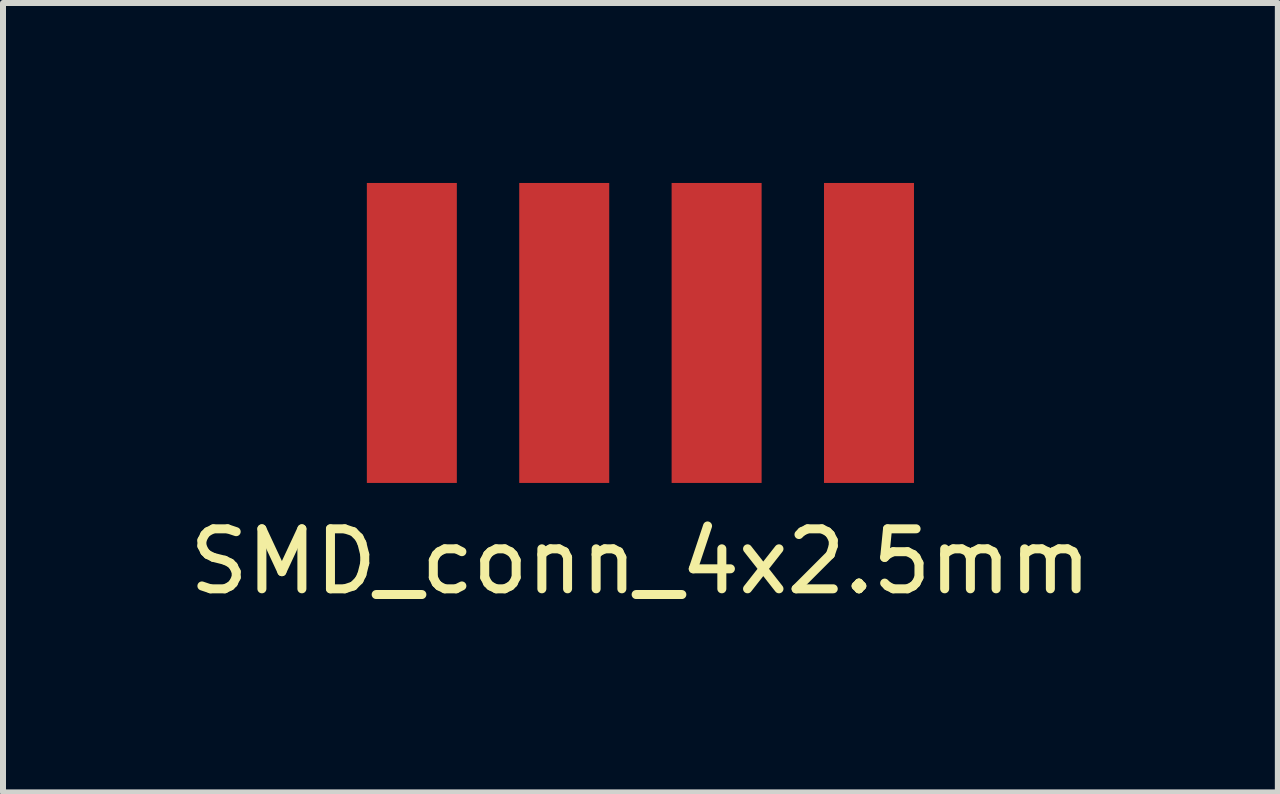
<source format=kicad_pcb>
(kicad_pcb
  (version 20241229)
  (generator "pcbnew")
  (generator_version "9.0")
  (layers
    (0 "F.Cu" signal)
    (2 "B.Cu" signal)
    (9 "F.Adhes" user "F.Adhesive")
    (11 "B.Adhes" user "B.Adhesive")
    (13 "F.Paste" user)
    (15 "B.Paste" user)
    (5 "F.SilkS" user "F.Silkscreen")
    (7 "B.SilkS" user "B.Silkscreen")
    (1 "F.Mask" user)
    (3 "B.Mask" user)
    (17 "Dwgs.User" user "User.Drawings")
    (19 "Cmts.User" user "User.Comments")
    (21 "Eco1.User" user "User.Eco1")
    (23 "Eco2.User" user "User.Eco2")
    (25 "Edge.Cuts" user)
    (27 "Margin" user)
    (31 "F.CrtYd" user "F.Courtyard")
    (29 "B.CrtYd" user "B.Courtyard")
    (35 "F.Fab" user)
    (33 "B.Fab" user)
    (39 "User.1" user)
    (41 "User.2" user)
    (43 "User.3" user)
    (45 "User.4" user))
  (footprint "SMD_conn_4x2.5mm"
    (layer "F.Cu")
    (at 7.625 2.5)
    (property "Reference" "SMD_conn_4x2.5mm" (at 0 3.81 0) (layer "F.SilkS") (effects (font (size 1 1) (thickness 0.15))))
    (attr through_hole)
    (pad "1" smd rect (at -3.81 0) (size 1.5 5) (layers "F.Cu" "F.Mask" "F.Paste"))
    (pad "2" smd rect (at -1.27 0) (size 1.5 5) (layers "F.Cu" "F.Mask" "F.Paste"))
    (pad "3" smd rect (at 1.27 0) (size 1.5 5) (layers "F.Cu" "F.Mask" "F.Paste"))
    (pad "4" smd rect (at 3.81 0) (size 1.5 5) (layers "F.Cu" "F.Mask" "F.Paste")))
  (gr_rect
    (start -3 -3)
    (end 18.25 10.158)
    (stroke (width 0.1) (type default))
    (fill no)
    (layer "Edge.Cuts")))
</source>
